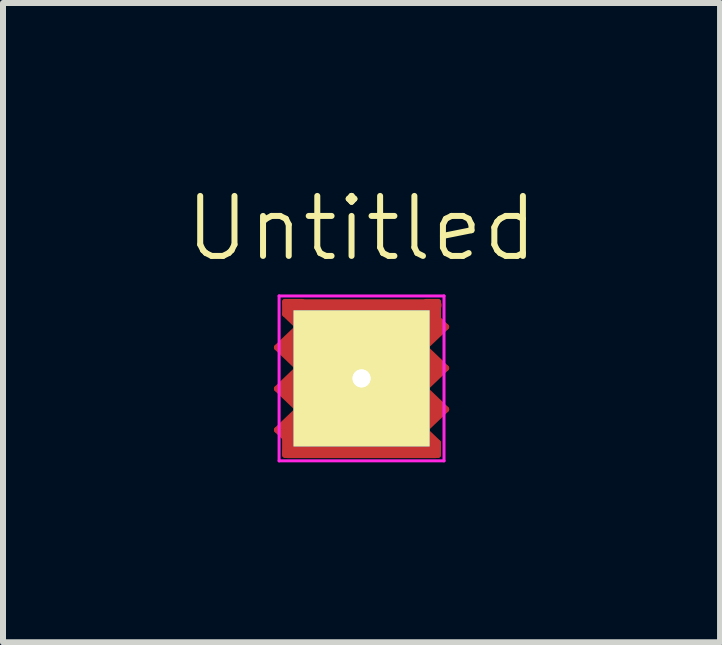
<source format=kicad_pcb>
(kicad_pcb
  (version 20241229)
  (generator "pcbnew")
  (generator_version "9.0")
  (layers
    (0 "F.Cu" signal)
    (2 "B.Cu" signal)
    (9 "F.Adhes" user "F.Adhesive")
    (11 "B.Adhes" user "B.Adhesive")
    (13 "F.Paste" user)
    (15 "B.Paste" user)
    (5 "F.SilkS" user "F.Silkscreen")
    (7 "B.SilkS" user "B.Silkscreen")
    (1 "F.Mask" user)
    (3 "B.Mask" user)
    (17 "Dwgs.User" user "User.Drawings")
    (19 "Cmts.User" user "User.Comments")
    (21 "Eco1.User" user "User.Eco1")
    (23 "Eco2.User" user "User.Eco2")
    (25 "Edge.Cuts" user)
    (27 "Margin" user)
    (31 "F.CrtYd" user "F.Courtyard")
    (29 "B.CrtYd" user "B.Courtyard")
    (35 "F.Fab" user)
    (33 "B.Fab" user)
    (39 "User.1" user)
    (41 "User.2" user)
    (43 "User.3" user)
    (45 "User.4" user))
  (footprint "Untitled"
    (layer "F.Cu")
    (at 2.979 3.26)
    (property "Reference" "Untitled" (at 0 -2.5 0) (unlocked yes) (layer "F.SilkS") (effects (font (size 1 1) (thickness 0.1))))
    (attr smd)
    (fp_line (start -1.411 -0.516) (end -1.051 -0.859) (stroke (width 0.1) (type solid)) (layer "F.Cu"))
    (fp_line (start -1.411 0.172) (end -1.051 -0.172) (stroke (width 0.1) (type solid)) (layer "F.Cu"))
    (fp_line (start -1.411 0.859) (end -1.275 0.989) (stroke (width 0.1) (type solid)) (layer "F.Cu"))
    (fp_line (start -1.411 0.859) (end -1.051 0.516) (stroke (width 0.1) (type solid)) (layer "F.Cu"))
    (fp_line (start -1.3 -0.52) (end -1.17 -0.64) (stroke (width 0.15) (type solid)) (layer "F.Cu"))
    (fp_line (start -1.29 0.17) (end -1.16 0.05) (stroke (width 0.15) (type solid)) (layer "F.Cu"))
    (fp_line (start -1.275 -1.275) (end -1.275 -1.074) (stroke (width 0.1) (type solid)) (layer "F.Cu"))
    (fp_line (start -1.275 -1.074) (end -1.051 -0.859) (stroke (width 0.1) (type solid)) (layer "F.Cu"))
    (fp_line (start -1.275 0.989) (end -1.275 1.275) (stroke (width 0.1) (type solid)) (layer "F.Cu"))
    (fp_line (start -1.275 1.275) (end -1.074 1.275) (stroke (width 0.1) (type solid)) (layer "F.Cu"))
    (fp_line (start -1.225 1.23) (end 1.225 1.23) (stroke (width 0.2) (type default)) (layer "F.Cu"))
    (fp_line (start -1.215 -1.22) (end 1.235 -1.22) (stroke (width 0.2) (type default)) (layer "F.Cu"))
    (fp_line (start -1.18 1.17) (end -1.17 0.72) (stroke (width 0.15) (type solid)) (layer "F.Cu"))
    (fp_line (start -1.17 -1.07) (end -1.17 -1.18) (stroke (width 0.15) (type solid)) (layer "F.Cu"))
    (fp_line (start -1.17 -0.64) (end -1.17 -0.39) (stroke (width 0.15) (type solid)) (layer "F.Cu"))
    (fp_line (start -1.17 -0.39) (end -1.3 -0.52) (stroke (width 0.15) (type solid)) (layer "F.Cu"))
    (fp_line (start -1.17 0.72) (end -1.27 0.88) (stroke (width 0.15) (type solid)) (layer "F.Cu"))
    (fp_line (start -1.16 0.05) (end -1.16 0.3) (stroke (width 0.15) (type solid)) (layer "F.Cu"))
    (fp_line (start -1.16 0.3) (end -1.29 0.17) (stroke (width 0.15) (type solid)) (layer "F.Cu"))
    (fp_line (start -1.074 1.275) (end -0.859 1.051) (stroke (width 0.1) (type solid)) (layer "F.Cu"))
    (fp_line (start -1.07 1.17) (end -1.18 1.17) (stroke (width 0.15) (type solid)) (layer "F.Cu"))
    (fp_line (start -1.051 -0.172) (end -1.411 -0.516) (stroke (width 0.1) (type solid)) (layer "F.Cu"))
    (fp_line (start -1.051 0.516) (end -1.411 0.172) (stroke (width 0.1) (type solid)) (layer "F.Cu"))
    (fp_line (start -0.989 -1.275) (end -1.275 -1.275) (stroke (width 0.1) (type solid)) (layer "F.Cu"))
    (fp_line (start 0.87 1.135) (end 0.75 1.113) (stroke (width 0.2) (type default)) (layer "F.Cu"))
    (fp_line (start 0.989 1.275) (end 1.275 1.275) (stroke (width 0.1) (type solid)) (layer "F.Cu"))
    (fp_line (start 1.051 -0.516) (end 1.411 -0.172) (stroke (width 0.1) (type solid)) (layer "F.Cu"))
    (fp_line (start 1.051 0.172) (end 1.411 0.516) (stroke (width 0.1) (type solid)) (layer "F.Cu"))
    (fp_line (start 1.16 -0.3) (end 1.29 -0.17) (stroke (width 0.15) (type solid)) (layer "F.Cu"))
    (fp_line (start 1.16 -0.05) (end 1.16 -0.3) (stroke (width 0.15) (type solid)) (layer "F.Cu"))
    (fp_line (start 1.17 -0.72) (end 1.27 -0.88) (stroke (width 0.15) (type solid)) (layer "F.Cu"))
    (fp_line (start 1.17 0.39) (end 1.3 0.52) (stroke (width 0.15) (type solid)) (layer "F.Cu"))
    (fp_line (start 1.17 0.64) (end 1.17 0.39) (stroke (width 0.15) (type solid)) (layer "F.Cu"))
    (fp_line (start 1.18 -1.17) (end 1.17 -0.72) (stroke (width 0.15) (type solid)) (layer "F.Cu"))
    (fp_line (start 1.18 1.09) (end 0.87 1.135) (stroke (width 0.2) (type default)) (layer "F.Cu"))
    (fp_line (start 1.275 -1.275) (end 1.074 -1.275) (stroke (width 0.1) (type solid)) (layer "F.Cu"))
    (fp_line (start 1.275 -0.989) (end 1.275 -1.275) (stroke (width 0.1) (type solid)) (layer "F.Cu"))
    (fp_line (start 1.275 1.074) (end 1.051 0.859) (stroke (width 0.1) (type solid)) (layer "F.Cu"))
    (fp_line (start 1.275 1.275) (end 1.275 1.074) (stroke (width 0.1) (type solid)) (layer "F.Cu"))
    (fp_line (start 1.29 -0.17) (end 1.16 -0.05) (stroke (width 0.15) (type solid)) (layer "F.Cu"))
    (fp_line (start 1.3 0.52) (end 1.17 0.64) (stroke (width 0.15) (type solid)) (layer "F.Cu"))
    (fp_line (start 1.411 -0.859) (end 1.051 -0.516) (stroke (width 0.1) (type solid)) (layer "F.Cu"))
    (fp_line (start 1.411 -0.859) (end 1.275 -0.989) (stroke (width 0.1) (type solid)) (layer "F.Cu"))
    (fp_line (start 1.411 -0.172) (end 1.051 0.172) (stroke (width 0.1) (type solid)) (layer "F.Cu"))
    (fp_line (start 1.411 0.516) (end 1.051 0.859) (stroke (width 0.1) (type solid)) (layer "F.Cu"))
    (fp_line (start -1.375 -1.375) (end -1.375 1.375) (stroke (width 0.05) (type solid)) (layer "F.CrtYd"))
    (fp_line (start -1.375 -1.375) (end 1.375 -1.375) (stroke (width 0.05) (type solid)) (layer "F.CrtYd"))
    (fp_line (start -1.375 1.375) (end 1.375 1.375) (stroke (width 0.05) (type solid)) (layer "F.CrtYd"))
    (fp_line (start 1.375 -1.375) (end 1.375 1.375) (stroke (width 0.05) (type solid)) (layer "F.CrtYd"))
    (pad "1" thru_hole circle (at 0 0) (size 0.605 0.605) (drill 0.3) (layers "*.Cu" "*.Mask" "F.SilkS"))
    (pad "1" thru_hole rect (at 0 0) (size 2.27 2.27) (drill 0.3) (layers "F.Cu" "F.Mask" "F.SilkS")))
  (gr_rect
    (start -3 -3)
    (end 8.957 7.66)
    (stroke (width 0.1) (type default))
    (fill no)
    (layer "Edge.Cuts")))
</source>
